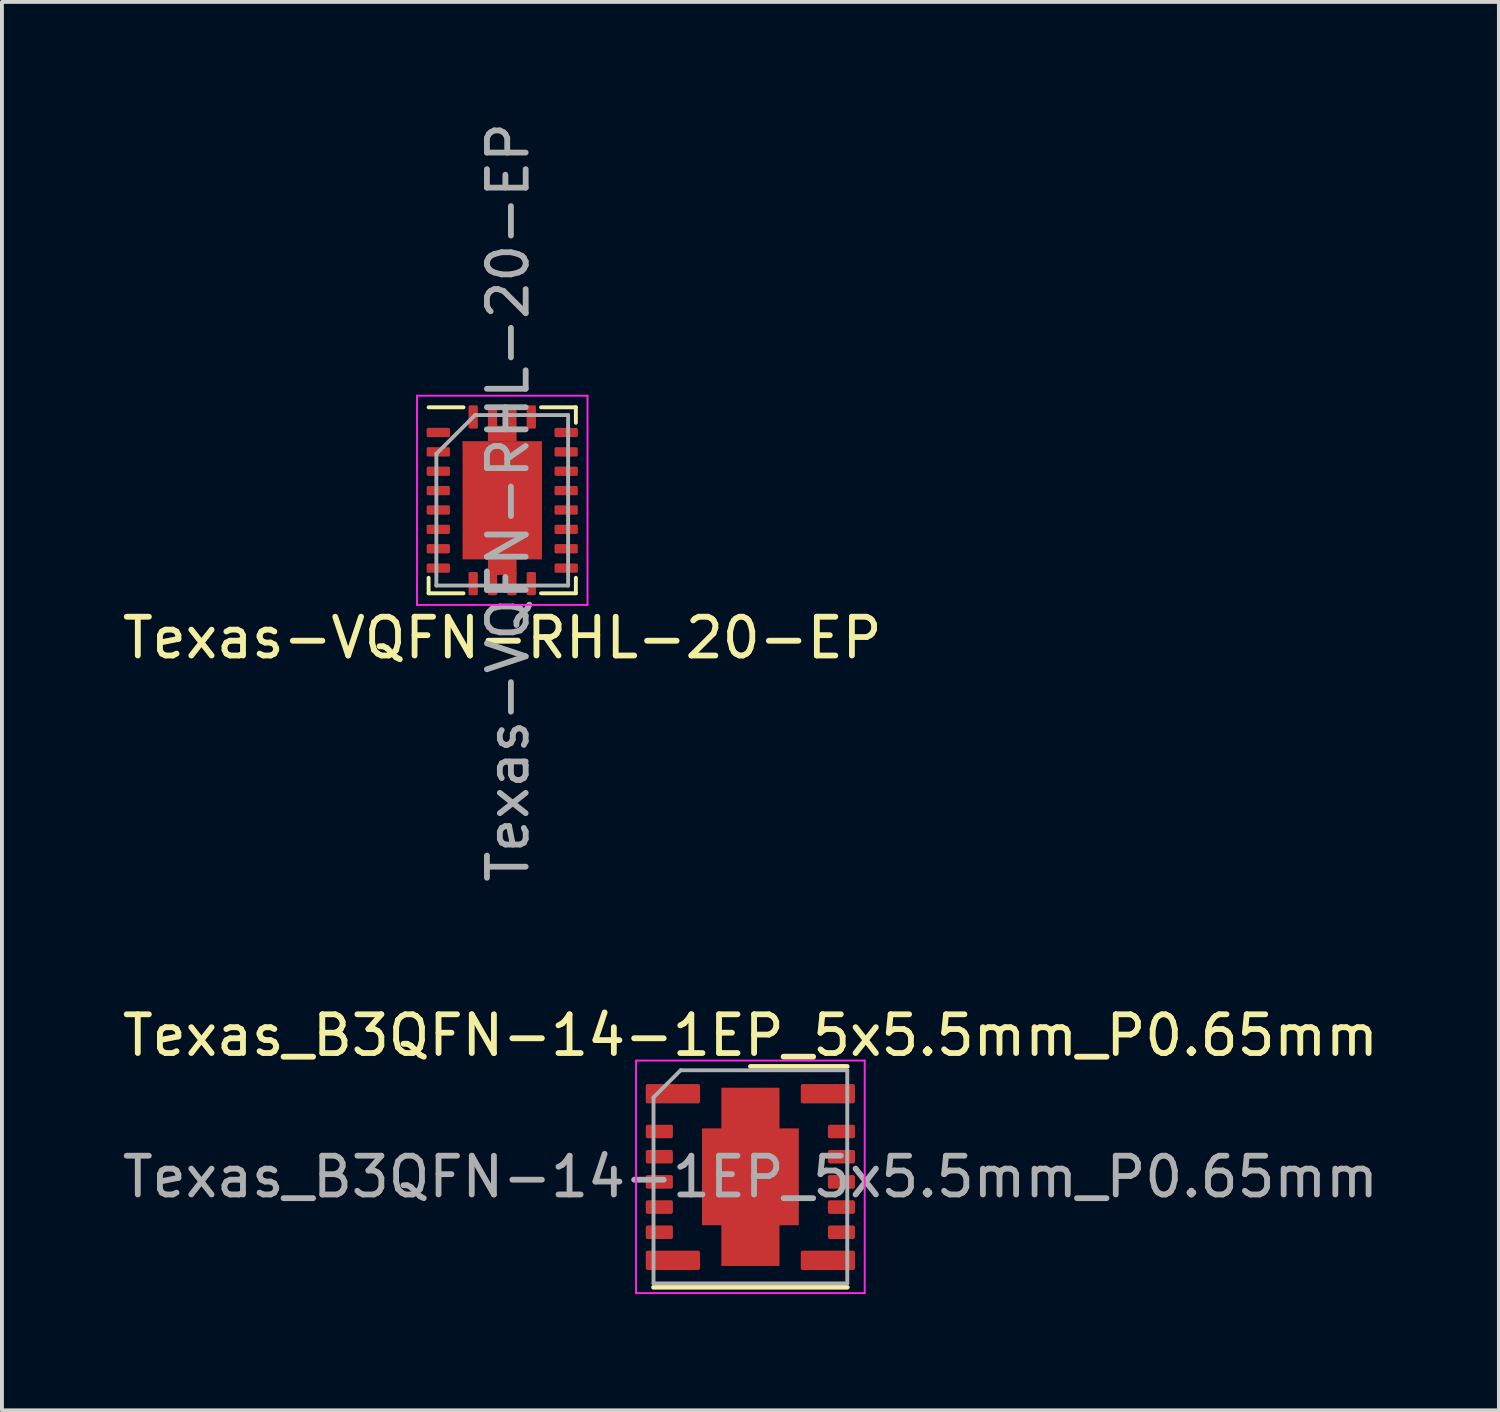
<source format=kicad_pcb>
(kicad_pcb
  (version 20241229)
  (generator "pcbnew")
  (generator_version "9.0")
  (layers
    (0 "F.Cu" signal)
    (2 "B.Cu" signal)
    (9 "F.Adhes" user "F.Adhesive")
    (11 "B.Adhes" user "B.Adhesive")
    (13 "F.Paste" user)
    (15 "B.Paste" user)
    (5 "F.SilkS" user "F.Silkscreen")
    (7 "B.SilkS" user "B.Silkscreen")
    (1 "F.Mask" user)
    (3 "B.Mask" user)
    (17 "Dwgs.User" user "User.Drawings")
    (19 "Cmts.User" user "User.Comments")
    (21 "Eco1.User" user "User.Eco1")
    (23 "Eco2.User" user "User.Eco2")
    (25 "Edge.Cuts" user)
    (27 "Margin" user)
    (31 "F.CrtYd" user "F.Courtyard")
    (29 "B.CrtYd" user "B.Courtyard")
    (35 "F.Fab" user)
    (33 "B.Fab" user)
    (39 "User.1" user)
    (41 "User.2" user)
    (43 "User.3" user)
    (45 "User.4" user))
  (footprint "Texas_B3QFN-14-1EP_5x5.5mm_P0.65mm"
    (layer "F.Cu")
    (at 16.315 27.32)
    (property "Reference" "Texas_B3QFN-14-1EP_5x5.5mm_P0.65mm" (at 0 -3.65 0) (layer "F.SilkS") (effects (font (size 1 1) (thickness 0.15))))
    (attr smd)
    (fp_line (start 2.5 -2.85) (end 0 -2.85) (stroke (width 0.12) (type solid)) (layer "F.SilkS"))
    (fp_line (start 2.5 2.85) (end -2.5 2.85) (stroke (width 0.12) (type solid)) (layer "F.SilkS"))
    (fp_line (start -2.95 -3) (end 2.95 -3) (stroke (width 0.05) (type solid)) (layer "F.CrtYd"))
    (fp_line (start -2.95 3) (end -2.95 -3) (stroke (width 0.05) (type solid)) (layer "F.CrtYd"))
    (fp_line (start 2.95 -3) (end 2.95 3) (stroke (width 0.05) (type solid)) (layer "F.CrtYd"))
    (fp_line (start 2.95 3) (end -2.95 3) (stroke (width 0.05) (type solid)) (layer "F.CrtYd"))
    (fp_line (start -2.5 2.75) (end -2.5 -2.05) (stroke (width 0.1) (type solid)) (layer "F.Fab"))
    (fp_line (start -1.8 -2.75) (end -2.5 -2.05) (stroke (width 0.1) (type solid)) (layer "F.Fab"))
    (fp_line (start -1.8 -2.75) (end 2.5 -2.75) (stroke (width 0.1) (type solid)) (layer "F.Fab"))
    (fp_line (start 2.5 -2.75) (end 2.5 2.75) (stroke (width 0.1) (type solid)) (layer "F.Fab"))
    (fp_line (start 2.5 2.75) (end -2.5 2.75) (stroke (width 0.1) (type solid)) (layer "F.Fab"))
    (fp_text user "${REFERENCE}" (at 0 0 0) (layer "F.Fab") (effects (font (size 1 1) (thickness 0.15))))
    (pad "1" smd roundrect (at -2 -2.145) (size 1.4 0.5) (layers "F.Cu" "F.Mask" "F.Paste") (roundrect_rratio 0.1))
    (pad "2" smd roundrect (at -2.35 -1.17) (size 0.7 0.35) (layers "F.Cu" "F.Mask" "F.Paste") (roundrect_rratio 0.143))
    (pad "3" smd roundrect (at -2.35 -0.52) (size 0.7 0.35) (layers "F.Cu" "F.Mask" "F.Paste") (roundrect_rratio 0.143))
    (pad "4" smd roundrect (at -2.35 0.13) (size 0.7 0.35) (layers "F.Cu" "F.Mask" "F.Paste") (roundrect_rratio 0.143))
    (pad "5" smd roundrect (at -2.35 0.78) (size 0.7 0.35) (layers "F.Cu" "F.Mask" "F.Paste") (roundrect_rratio 0.143))
    (pad "6" smd roundrect (at -2.35 1.43) (size 0.7 0.35) (layers "F.Cu" "F.Mask" "F.Paste") (roundrect_rratio 0.143))
    (pad "7" smd roundrect (at -2 2.155) (size 1.4 0.5) (layers "F.Cu" "F.Mask" "F.Paste") (roundrect_rratio 0.1))
    (pad "8" smd roundrect (at 2 2.155) (size 1.4 0.5) (layers "F.Cu" "F.Mask" "F.Paste") (roundrect_rratio 0.1))
    (pad "9" smd roundrect (at 2.35 1.43) (size 0.7 0.35) (layers "F.Cu" "F.Mask" "F.Paste") (roundrect_rratio 0.143))
    (pad "10" smd roundrect (at 2.35 0.78) (size 0.7 0.35) (layers "F.Cu" "F.Mask" "F.Paste") (roundrect_rratio 0.143))
    (pad "11" smd roundrect (at 2.35 0.13) (size 0.7 0.35) (layers "F.Cu" "F.Mask" "F.Paste") (roundrect_rratio 0.143))
    (pad "12" smd roundrect (at 2.35 -0.52) (size 0.7 0.35) (layers "F.Cu" "F.Mask" "F.Paste") (roundrect_rratio 0.143))
    (pad "13" smd roundrect (at 2.35 -1.17) (size 0.7 0.35) (layers "F.Cu" "F.Mask" "F.Paste") (roundrect_rratio 0.143))
    (pad "14" smd roundrect (at 2 -2.145) (size 1.4 0.5) (layers "F.Cu" "F.Mask" "F.Paste") (roundrect_rratio 0.1))
    (pad "15" smd custom (at 0 0) (size 2.5 2.5) (layers "F.Cu" "F.Mask" "F.Paste") (options (anchor rect)) (primitives (gr_poly (pts (xy -0.75 -1.25) (xy -0.75 -2.3) (xy 0.75 -2.3) (xy 0.75 -1.25)) (width 0) (fill yes)) (gr_poly (pts (xy -0.75 1.25) (xy -0.75 2.3) (xy 0.75 2.3) (xy 0.75 1.25)) (width 0) (fill yes)))))
  (footprint "Texas-VQFN-RHL-20-EP"
    (layer "F.Cu")
    (at 9.911 9.861)
    (property "Reference" "Texas-VQFN-RHL-20-EP" (at 0 3.55 0) (layer "F.SilkS") (effects (font (size 1 1) (thickness 0.15))))
    (attr smd)
    (fp_line (start -1.9 -2.4) (end -1 -2.4) (stroke (width 0.1) (type solid)) (layer "F.SilkS"))
    (fp_line (start -1.9 2.4) (end -1.9 2) (stroke (width 0.1) (type solid)) (layer "F.SilkS"))
    (fp_line (start -1 2.4) (end -1.9 2.4) (stroke (width 0.1) (type solid)) (layer "F.SilkS"))
    (fp_line (start 1 -2.4) (end 1.9 -2.4) (stroke (width 0.1) (type solid)) (layer "F.SilkS"))
    (fp_line (start 1.9 -2.4) (end 1.9 -2) (stroke (width 0.1) (type solid)) (layer "F.SilkS"))
    (fp_line (start 1.9 2.4) (end 1 2.4) (stroke (width 0.1) (type solid)) (layer "F.SilkS"))
    (fp_line (start 1.9 2.4) (end 1.9 2) (stroke (width 0.1) (type solid)) (layer "F.SilkS"))
    (fp_line (start -2.2 -2.7) (end -2.2 2.7) (stroke (width 0.05) (type solid)) (layer "F.CrtYd"))
    (fp_line (start -2.2 2.7) (end 2.2 2.7) (stroke (width 0.05) (type solid)) (layer "F.CrtYd"))
    (fp_line (start 2.2 -2.7) (end -2.2 -2.7) (stroke (width 0.05) (type solid)) (layer "F.CrtYd"))
    (fp_line (start 2.2 2.7) (end 2.2 -2.7) (stroke (width 0.05) (type solid)) (layer "F.CrtYd"))
    (fp_line (start -1.7 -1.2) (end -1.7 2.2) (stroke (width 0.1) (type solid)) (layer "F.Fab"))
    (fp_line (start -1.7 2.2) (end 1.7 2.2) (stroke (width 0.1) (type solid)) (layer "F.Fab"))
    (fp_line (start -0.7 -2.2) (end -1.7 -1.2) (stroke (width 0.1) (type solid)) (layer "F.Fab"))
    (fp_line (start 1.7 -2.2) (end -0.7 -2.2) (stroke (width 0.1) (type solid)) (layer "F.Fab"))
    (fp_line (start 1.7 -2.2) (end 1.7 2.2) (stroke (width 0.1) (type solid)) (layer "F.Fab"))
    (fp_text user "${REFERENCE}" (at 0.15 0.05 90) (layer "F.Fab") (effects (font (size 1 1) (thickness 0.15))))
    (pad "1" smd roundrect (at -0.75 -2.15 90) (size 0.6 0.24) (layers "F.Cu" "F.Mask" "F.Paste") (roundrect_rratio 0.15))
    (pad "2" smd roundrect (at -1.65 -1.75) (size 0.6 0.24) (layers "F.Cu" "F.Mask" "F.Paste") (roundrect_rratio 0.15))
    (pad "3" smd roundrect (at -1.65 -1.25) (size 0.6 0.24) (layers "F.Cu" "F.Mask" "F.Paste") (roundrect_rratio 0.15))
    (pad "4" smd roundrect (at -1.65 -0.75) (size 0.6 0.24) (layers "F.Cu" "F.Mask" "F.Paste") (roundrect_rratio 0.15))
    (pad "5" smd roundrect (at -1.65 -0.25) (size 0.6 0.24) (layers "F.Cu" "F.Mask" "F.Paste") (roundrect_rratio 0.15))
    (pad "6" smd roundrect (at -1.65 0.25) (size 0.6 0.24) (layers "F.Cu" "F.Mask" "F.Paste") (roundrect_rratio 0.15))
    (pad "7" smd roundrect (at -1.65 0.75) (size 0.6 0.24) (layers "F.Cu" "F.Mask" "F.Paste") (roundrect_rratio 0.15))
    (pad "8" smd roundrect (at -1.65 1.25) (size 0.6 0.24) (layers "F.Cu" "F.Mask" "F.Paste") (roundrect_rratio 0.15))
    (pad "9" smd roundrect (at -1.65 1.75) (size 0.6 0.24) (layers "F.Cu" "F.Mask" "F.Paste") (roundrect_rratio 0.15))
    (pad "10" smd roundrect (at -0.75 2.15 90) (size 0.6 0.24) (layers "F.Cu" "F.Mask" "F.Paste") (roundrect_rratio 0.15))
    (pad "11" smd roundrect (at 0.75 2.15 90) (size 0.6 0.24) (layers "F.Cu" "F.Mask" "F.Paste") (roundrect_rratio 0.15))
    (pad "12" smd roundrect (at 1.65 1.75) (size 0.6 0.24) (layers "F.Cu" "F.Mask" "F.Paste") (roundrect_rratio 0.15))
    (pad "13" smd roundrect (at 1.65 1.25) (size 0.6 0.24) (layers "F.Cu" "F.Mask" "F.Paste") (roundrect_rratio 0.15))
    (pad "14" smd roundrect (at 1.65 0.75) (size 0.6 0.24) (layers "F.Cu" "F.Mask" "F.Paste") (roundrect_rratio 0.15))
    (pad "15" smd roundrect (at 1.65 0.25) (size 0.6 0.24) (layers "F.Cu" "F.Mask" "F.Paste") (roundrect_rratio 0.15))
    (pad "16" smd roundrect (at 1.65 -0.25) (size 0.6 0.24) (layers "F.Cu" "F.Mask" "F.Paste") (roundrect_rratio 0.15))
    (pad "17" smd roundrect (at 1.65 -0.75) (size 0.6 0.24) (layers "F.Cu" "F.Mask" "F.Paste") (roundrect_rratio 0.15))
    (pad "18" smd roundrect (at 1.65 -1.25) (size 0.6 0.24) (layers "F.Cu" "F.Mask" "F.Paste") (roundrect_rratio 0.15))
    (pad "19" smd roundrect (at 1.65 -1.75) (size 0.6 0.24) (layers "F.Cu" "F.Mask" "F.Paste") (roundrect_rratio 0.15))
    (pad "20" smd roundrect (at 0.75 -2.15 90) (size 0.6 0.24) (layers "F.Cu" "F.Mask" "F.Paste") (roundrect_rratio 0.15))
    (pad "21" smd roundrect (at -0.25 -2.15 90) (size 0.6 0.24) (layers "F.Cu" "F.Mask" "F.Paste") (roundrect_rratio 0.15))
    (pad "21" smd roundrect (at -0.25 2.15 90) (size 0.6 0.24) (layers "F.Cu" "F.Mask" "F.Paste") (roundrect_rratio 0.15))
    (pad "21" smd rect (at 0 -1.725 180) (size 0.74 0.4) (layers "F.Cu" "F.Mask" "F.Paste"))
    (pad "21" smd rect (at 0 0) (size 2.05 3.05) (layers "F.Cu" "F.Mask" "F.Paste"))
    (pad "21" smd rect (at 0 1.725 180) (size 0.74 0.4) (layers "F.Cu" "F.Mask" "F.Paste"))
    (pad "21" smd roundrect (at 0.25 -2.15 90) (size 0.6 0.24) (layers "F.Cu" "F.Mask" "F.Paste") (roundrect_rratio 0.15))
    (pad "21" smd roundrect (at 0.25 2.15 90) (size 0.6 0.24) (layers "F.Cu" "F.Mask" "F.Paste") (roundrect_rratio 0.15)))
  (gr_rect
    (start -3 -3)
    (end 35.631 33.345)
    (stroke (width 0.1) (type default))
    (fill no)
    (layer "Edge.Cuts")))
</source>
